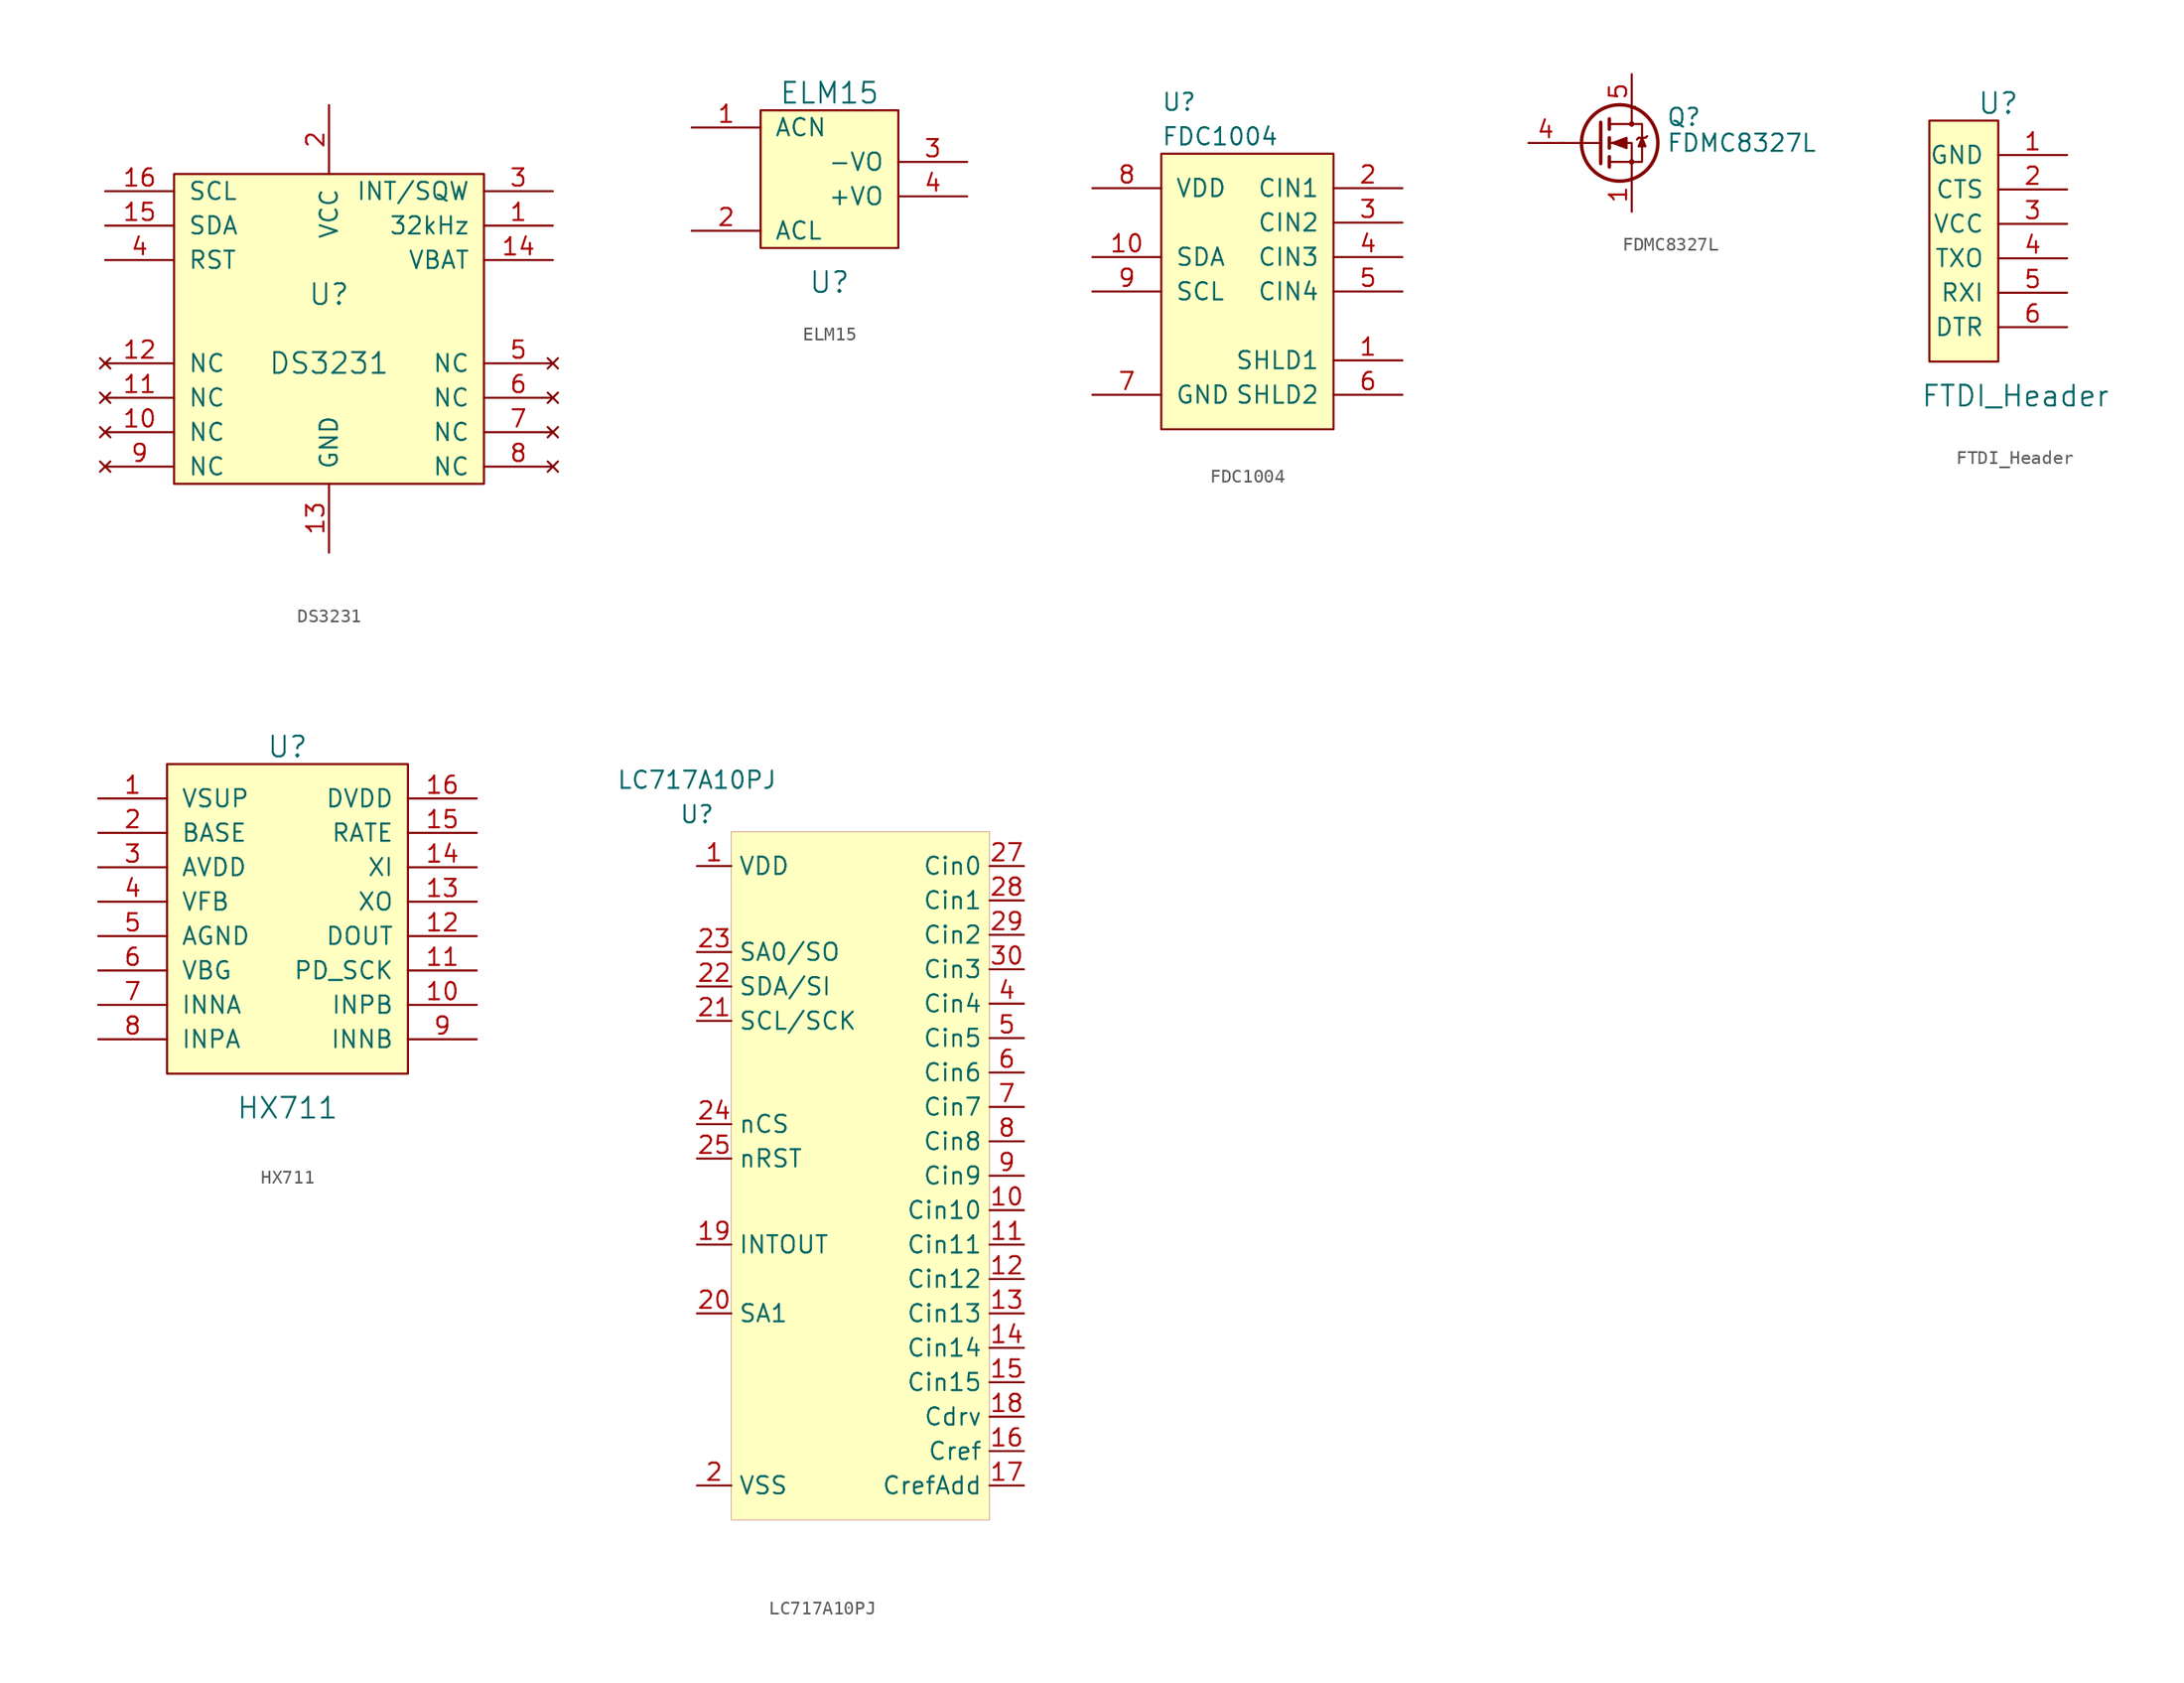
<source format=kicad_sym>
(kicad_symbol_lib
  (version 20201005)
  (generator kicad_symbol_editor)
  (symbol "goyman:DS3231"
    (pin_names
      (offset 1.016))
    (property "Reference" "U"
      (at 0 2.54 0)
      (effects (font (size 1.524 1.524))))
    (property "Value" "DS3231"
      (at 0 -2.54 0)
      (effects (font (size 1.524 1.524))))
    (symbol "DS3231_0_1"
      (rectangle (start -11.43 11.43) (end 11.43 -11.43) (stroke (width 0)) (fill (type background))))
    (symbol "DS3231_1_1"
      (pin input line (at 16.51 7.62 180) (length 5.08) (name "32kHz" (effects (font (size 1.27 1.27)))) (number "1" (effects (font (size 1.27 1.27)))))
      (pin unconnected line (at -16.51 -7.62 0) (length 5.08) (name "NC" (effects (font (size 1.27 1.27)))) (number "10" (effects (font (size 1.27 1.27)))))
      (pin unconnected line (at -16.51 -5.08 0) (length 5.08) (name "NC" (effects (font (size 1.27 1.27)))) (number "11" (effects (font (size 1.27 1.27)))))
      (pin unconnected line (at -16.51 -2.54 0) (length 5.08) (name "NC" (effects (font (size 1.27 1.27)))) (number "12" (effects (font (size 1.27 1.27)))))
      (pin power_in line (at 0 -16.51 90) (length 5.08) (name "GND" (effects (font (size 1.27 1.27)))) (number "13" (effects (font (size 1.27 1.27)))))
      (pin power_in line (at 16.51 5.08 180) (length 5.08) (name "VBAT" (effects (font (size 1.27 1.27)))) (number "14" (effects (font (size 1.27 1.27)))))
      (pin bidirectional line (at -16.51 7.62 0) (length 5.08) (name "SDA" (effects (font (size 1.27 1.27)))) (number "15" (effects (font (size 1.27 1.27)))))
      (pin input line (at -16.51 10.16 0) (length 5.08) (name "SCL" (effects (font (size 1.27 1.27)))) (number "16" (effects (font (size 1.27 1.27)))))
      (pin power_in line (at 0 16.51 270) (length 5.08) (name "VCC" (effects (font (size 1.27 1.27)))) (number "2" (effects (font (size 1.27 1.27)))))
      (pin output line (at 16.51 10.16 180) (length 5.08) (name "INT/SQW" (effects (font (size 1.27 1.27)))) (number "3" (effects (font (size 1.27 1.27)))))
      (pin input line (at -16.51 5.08 0) (length 5.08) (name "RST" (effects (font (size 1.27 1.27)))) (number "4" (effects (font (size 1.27 1.27)))))
      (pin unconnected line (at 16.51 -2.54 180) (length 5.08) (name "NC" (effects (font (size 1.27 1.27)))) (number "5" (effects (font (size 1.27 1.27)))))
      (pin unconnected line (at 16.51 -5.08 180) (length 5.08) (name "NC" (effects (font (size 1.27 1.27)))) (number "6" (effects (font (size 1.27 1.27)))))
      (pin unconnected line (at 16.51 -7.62 180) (length 5.08) (name "NC" (effects (font (size 1.27 1.27)))) (number "7" (effects (font (size 1.27 1.27)))))
      (pin unconnected line (at 16.51 -10.16 180) (length 5.08) (name "NC" (effects (font (size 1.27 1.27)))) (number "8" (effects (font (size 1.27 1.27)))))
      (pin unconnected line (at -16.51 -10.16 0) (length 5.08) (name "NC" (effects (font (size 1.27 1.27)))) (number "9" (effects (font (size 1.27 1.27)))))))
  (symbol "goyman:ELM15"
    (pin_names
      (offset 1.016))
    (property "Reference" "U"
      (at 0 -7.62 0)
      (effects (font (size 1.524 1.524))))
    (property "Value" "ELM15"
      (at 0 6.35 0)
      (effects (font (size 1.524 1.524))))
    (symbol "ELM15_0_1"
      (rectangle (start -5.08 5.08) (end 5.08 -5.08) (stroke (width 0)) (fill (type background))))
    (symbol "ELM15_1_1"
      (pin input line (at -10.16 3.81 0) (length 5.08) (name "ACN" (effects (font (size 1.27 1.27)))) (number "1" (effects (font (size 1.27 1.27)))))
      (pin input line (at -10.16 -3.81 0) (length 5.08) (name "ACL" (effects (font (size 1.27 1.27)))) (number "2" (effects (font (size 1.27 1.27)))))
      (pin input line (at 10.16 1.27 180) (length 5.08) (name "-VO" (effects (font (size 1.27 1.27)))) (number "3" (effects (font (size 1.27 1.27)))))
      (pin input line (at 10.16 -1.27 180) (length 5.08) (name "+VO" (effects (font (size 1.27 1.27)))) (number "4" (effects (font (size 1.27 1.27)))))))
  (symbol "goyman:FDC1004"
    (pin_names
      (offset 1.016))
    (property "Reference" "U"
      (at 0 3.81 0)
      (effects (font (size 1.27 1.27)) (justify left)))
    (property "Value" "FDC1004"
      (at 0 1.27 0)
      (effects (font (size 1.27 1.27)) (justify left)))
    (symbol "FDC1004_0_1"
      (rectangle (start 0 0) (end 12.7 -20.32) (stroke (width 0)) (fill (type background))))
    (symbol "FDC1004_1_1"
      (pin passive line (at 17.78 -15.24 180) (length 5.08) (name "SHLD1" (effects (font (size 1.27 1.27)))) (number "1" (effects (font (size 1.27 1.27)))))
      (pin passive line (at -5.08 -7.62 0) (length 5.08) (name "SDA" (effects (font (size 1.27 1.27)))) (number "10" (effects (font (size 1.27 1.27)))))
      (pin passive line (at 17.78 -2.54 180) (length 5.08) (name "CIN1" (effects (font (size 1.27 1.27)))) (number "2" (effects (font (size 1.27 1.27)))))
      (pin passive line (at 17.78 -5.08 180) (length 5.08) (name "CIN2" (effects (font (size 1.27 1.27)))) (number "3" (effects (font (size 1.27 1.27)))))
      (pin passive line (at 17.78 -7.62 180) (length 5.08) (name "CIN3" (effects (font (size 1.27 1.27)))) (number "4" (effects (font (size 1.27 1.27)))))
      (pin passive line (at 17.78 -10.16 180) (length 5.08) (name "CIN4" (effects (font (size 1.27 1.27)))) (number "5" (effects (font (size 1.27 1.27)))))
      (pin passive line (at 17.78 -17.78 180) (length 5.08) (name "SHLD2" (effects (font (size 1.27 1.27)))) (number "6" (effects (font (size 1.27 1.27)))))
      (pin passive line (at -5.08 -17.78 0) (length 5.08) (name "GND" (effects (font (size 1.27 1.27)))) (number "7" (effects (font (size 1.27 1.27)))))
      (pin passive line (at -5.08 -2.54 0) (length 5.08) (name "VDD" (effects (font (size 1.27 1.27)))) (number "8" (effects (font (size 1.27 1.27)))))
      (pin passive line (at -5.08 -10.16 0) (length 5.08) (name "SCL" (effects (font (size 1.27 1.27)))) (number "9" (effects (font (size 1.27 1.27)))))))
  (symbol "goyman:FDMC8327L"
    (pin_names
      (offset 0) hide)
    (property "Reference" "Q"
      (at 5.08 1.905 0)
      (effects (font (size 1.27 1.27)) (justify left)))
    (property "Value" "FDMC8327L"
      (at 5.08 0 0)
      (effects (font (size 1.27 1.27)) (justify left)))
    (symbol "FDMC8327L_0_1"
      (circle (center 1.651 0) (radius 2.819) (stroke (width 0.254)) (fill (type none)))
      (circle (center 2.54 -1.397) (radius 0.127) (stroke (width 0)) (fill (type none)))
      (circle (center 2.54 1.397) (radius 0.127) (stroke (width 0)) (fill (type none)))
      (polyline (pts (xy 0.254 0) (xy -2.54 0)) (stroke (width 0)) (fill (type none)))
      (polyline (pts (xy 0.889 -1.016) (xy 0.889 -1.778)) (stroke (width 0.254)) (fill (type none)))
      (polyline (pts (xy 0.889 0.381) (xy 0.889 -0.381)) (stroke (width 0.254)) (fill (type none)))
      (polyline (pts (xy 0.889 1.778) (xy 0.889 1.016)) (stroke (width 0.254)) (fill (type none)))
      (polyline (pts (xy 3.048 0.381) (xy 2.921 0.254)) (stroke (width 0)) (fill (type none)))
      (polyline (pts (xy 3.048 0.381) (xy 3.556 0.381)) (stroke (width 0)) (fill (type none)))
      (polyline (pts (xy 3.556 0.381) (xy 3.683 0.508)) (stroke (width 0)) (fill (type none)))
      (polyline (pts (xy 0.254 1.524) (xy 0.254 -1.524) (xy 0.254 -1.524)) (stroke (width 0.254)) (fill (type none)))
      (polyline (pts (xy 0.889 -1.397) (xy 2.54 -1.397) (xy 2.54 -2.667) (xy 2.54 -2.667)) (stroke (width 0)) (fill (type none)))
      (polyline (pts (xy 1.016 1.397) (xy 2.54 1.397) (xy 2.54 2.667) (xy 2.794 2.667)) (stroke (width 0)) (fill (type none)))
      (polyline (pts (xy 2.794 1.397) (xy 3.302 1.397) (xy 3.302 -1.397) (xy 2.54 -1.397)) (stroke (width 0)) (fill (type none)))
      (polyline (pts (xy 0.889 0) (xy 1.27 0) (xy 2.54 0) (xy 2.54 -1.27) (xy 2.54 -1.27)) (stroke (width 0)) (fill (type none)))
      (polyline (pts (xy 3.302 0.381) (xy 3.048 -0.254) (xy 3.556 -0.254) (xy 3.302 0.381)) (stroke (width 0)) (fill (type outline)))
      (polyline (pts (xy 1.143 0) (xy 2.159 0.381) (xy 2.159 -0.381) (xy 1.143 0) (xy 1.27 0) (xy 1.27 0)) (stroke (width 0)) (fill (type outline))))
    (symbol "FDMC8327L_1_1"
      (pin passive line (at 2.54 -5.08 90) (length 2.54) (name "~" (effects (font (size 1.27 1.27)))) (number "1" (effects (font (size 1.27 1.27)))))
      (pin passive line (at 2.54 -5.08 90) (length 2.54) hide (name "~" (effects (font (size 1.27 1.27)))) (number "2" (effects (font (size 1.27 1.27)))))
      (pin passive line (at 2.54 -5.08 90) (length 2.54) hide (name "~" (effects (font (size 1.27 1.27)))) (number "3" (effects (font (size 1.27 1.27)))))
      (pin passive line (at -5.08 0 0) (length 2.54) (name "~" (effects (font (size 1.27 1.27)))) (number "4" (effects (font (size 1.27 1.27)))))
      (pin passive line (at 2.54 5.08 270) (length 2.54) (name "~" (effects (font (size 1.27 1.27)))) (number "5" (effects (font (size 1.27 1.27)))))
      (pin passive line (at 2.54 5.08 270) (length 2.54) hide (name "~" (effects (font (size 1.27 1.27)))) (number "6" (effects (font (size 1.27 1.27)))))
      (pin passive line (at 2.54 5.08 270) (length 2.54) hide (name "~" (effects (font (size 1.27 1.27)))) (number "7" (effects (font (size 1.27 1.27)))))
      (pin passive line (at 2.54 5.08 270) (length 2.54) hide (name "~" (effects (font (size 1.27 1.27)))) (number "8" (effects (font (size 1.27 1.27)))))
      (pin passive line (at 2.54 5.08 270) (length 2.54) hide (name "~" (effects (font (size 1.27 1.27)))) (number "9" (effects (font (size 1.27 1.27)))))))
  (symbol "goyman:FTDI_Header"
    (pin_names
      (offset 1.016))
    (property "Reference" "U"
      (at 0 10.16 0)
      (effects (font (size 1.524 1.524))))
    (property "Value" "FTDI_Header"
      (at 1.27 -11.43 0)
      (effects (font (size 1.524 1.524))))
    (symbol "FTDI_Header_0_1"
      (rectangle (start 0 8.89) (end -5.08 -8.89) (stroke (width 0)) (fill (type background))))
    (symbol "FTDI_Header_1_1"
      (pin input line (at 5.08 6.35 180) (length 5.08) (name "GND" (effects (font (size 1.27 1.27)))) (number "1" (effects (font (size 1.27 1.27)))))
      (pin input line (at 5.08 3.81 180) (length 5.08) (name "CTS" (effects (font (size 1.27 1.27)))) (number "2" (effects (font (size 1.27 1.27)))))
      (pin input line (at 5.08 1.27 180) (length 5.08) (name "VCC" (effects (font (size 1.27 1.27)))) (number "3" (effects (font (size 1.27 1.27)))))
      (pin input line (at 5.08 -1.27 180) (length 5.08) (name "TXO" (effects (font (size 1.27 1.27)))) (number "4" (effects (font (size 1.27 1.27)))))
      (pin input line (at 5.08 -3.81 180) (length 5.08) (name "RXI" (effects (font (size 1.27 1.27)))) (number "5" (effects (font (size 1.27 1.27)))))
      (pin input line (at 5.08 -6.35 180) (length 5.08) (name "DTR" (effects (font (size 1.27 1.27)))) (number "6" (effects (font (size 1.27 1.27)))))))
  (symbol "goyman:HX711"
    (pin_names
      (offset 1.016))
    (property "Reference" "U"
      (at 0 11.43 0)
      (effects (font (size 1.524 1.524))))
    (property "Value" "HX711"
      (at 0 -15.24 0)
      (effects (font (size 1.524 1.524))))
    (symbol "HX711_0_1"
      (rectangle (start -8.89 10.16) (end 8.89 -12.7) (stroke (width 0)) (fill (type background))))
    (symbol "HX711_1_1"
      (pin input line (at -13.97 7.62 0) (length 5.08) (name "VSUP" (effects (font (size 1.27 1.27)))) (number "1" (effects (font (size 1.27 1.27)))))
      (pin input line (at 13.97 -7.62 180) (length 5.08) (name "INPB" (effects (font (size 1.27 1.27)))) (number "10" (effects (font (size 1.27 1.27)))))
      (pin input line (at 13.97 -5.08 180) (length 5.08) (name "PD_SCK" (effects (font (size 1.27 1.27)))) (number "11" (effects (font (size 1.27 1.27)))))
      (pin input line (at 13.97 -2.54 180) (length 5.08) (name "DOUT" (effects (font (size 1.27 1.27)))) (number "12" (effects (font (size 1.27 1.27)))))
      (pin input line (at 13.97 0 180) (length 5.08) (name "XO" (effects (font (size 1.27 1.27)))) (number "13" (effects (font (size 1.27 1.27)))))
      (pin input line (at 13.97 2.54 180) (length 5.08) (name "XI" (effects (font (size 1.27 1.27)))) (number "14" (effects (font (size 1.27 1.27)))))
      (pin input line (at 13.97 5.08 180) (length 5.08) (name "RATE" (effects (font (size 1.27 1.27)))) (number "15" (effects (font (size 1.27 1.27)))))
      (pin input line (at 13.97 7.62 180) (length 5.08) (name "DVDD" (effects (font (size 1.27 1.27)))) (number "16" (effects (font (size 1.27 1.27)))))
      (pin input line (at -13.97 5.08 0) (length 5.08) (name "BASE" (effects (font (size 1.27 1.27)))) (number "2" (effects (font (size 1.27 1.27)))))
      (pin input line (at -13.97 2.54 0) (length 5.08) (name "AVDD" (effects (font (size 1.27 1.27)))) (number "3" (effects (font (size 1.27 1.27)))))
      (pin input line (at -13.97 0 0) (length 5.08) (name "VFB" (effects (font (size 1.27 1.27)))) (number "4" (effects (font (size 1.27 1.27)))))
      (pin input line (at -13.97 -2.54 0) (length 5.08) (name "AGND" (effects (font (size 1.27 1.27)))) (number "5" (effects (font (size 1.27 1.27)))))
      (pin input line (at -13.97 -5.08 0) (length 5.08) (name "VBG" (effects (font (size 1.27 1.27)))) (number "6" (effects (font (size 1.27 1.27)))))
      (pin input line (at -13.97 -7.62 0) (length 5.08) (name "INNA" (effects (font (size 1.27 1.27)))) (number "7" (effects (font (size 1.27 1.27)))))
      (pin input line (at -13.97 -10.16 0) (length 5.08) (name "INPA" (effects (font (size 1.27 1.27)))) (number "8" (effects (font (size 1.27 1.27)))))
      (pin input line (at 13.97 -10.16 180) (length 5.08) (name "INNB" (effects (font (size 1.27 1.27)))) (number "9" (effects (font (size 1.27 1.27)))))))
  (symbol "goyman:LC717A10PJ"
    (property "Reference" "U"
      (at 0 1.27 0)
      (effects (font (size 1.27 1.27))))
    (property "Value" "LC717A10PJ"
      (at 0 3.81 0)
      (effects (font (size 1.27 1.27))))
    (symbol "LC717A10PJ_0_1"
      (rectangle (start 2.54 0) (end 21.59 -50.8) (stroke (width 0.001)) (fill (type background))))
    (symbol "LC717A10PJ_1_1"
      (pin bidirectional line (at 0 -2.54 0) (length 2.54) (name "VDD" (effects (font (size 1.27 1.27)))) (number "1" (effects (font (size 1.27 1.27)))))
      (pin bidirectional line (at 0 -48.26 0) (length 2.54) (name "VSS" (effects (font (size 1.27 1.27)))) (number "2" (effects (font (size 1.27 1.27)))))
      (pin bidirectional line (at 0 -48.26 0) (length 2.54) hide (name "NC" (effects (font (size 1.27 1.27)))) (number "3" (effects (font (size 1.27 1.27)))))
      (pin bidirectional line (at 24.13 -12.7 180) (length 2.54) (name "Cin4" (effects (font (size 1.27 1.27)))) (number "4" (effects (font (size 1.27 1.27)))))
      (pin bidirectional line (at 24.13 -15.24 180) (length 2.54) (name "Cin5" (effects (font (size 1.27 1.27)))) (number "5" (effects (font (size 1.27 1.27)))))
      (pin bidirectional line (at 24.13 -17.78 180) (length 2.54) (name "Cin6" (effects (font (size 1.27 1.27)))) (number "6" (effects (font (size 1.27 1.27)))))
      (pin bidirectional line (at 24.13 -20.32 180) (length 2.54) (name "Cin7" (effects (font (size 1.27 1.27)))) (number "7" (effects (font (size 1.27 1.27)))))
      (pin bidirectional line (at 24.13 -22.86 180) (length 2.54) (name "Cin8" (effects (font (size 1.27 1.27)))) (number "8" (effects (font (size 1.27 1.27)))))
      (pin bidirectional line (at 24.13 -25.4 180) (length 2.54) (name "Cin9" (effects (font (size 1.27 1.27)))) (number "9" (effects (font (size 1.27 1.27)))))
      (pin bidirectional line (at 24.13 -27.94 180) (length 2.54) (name "Cin10" (effects (font (size 1.27 1.27)))) (number "10" (effects (font (size 1.27 1.27)))))
      (pin bidirectional line (at 24.13 -30.48 180) (length 2.54) (name "Cin11" (effects (font (size 1.27 1.27)))) (number "11" (effects (font (size 1.27 1.27)))))
      (pin bidirectional line (at 24.13 -33.02 180) (length 2.54) (name "Cin12" (effects (font (size 1.27 1.27)))) (number "12" (effects (font (size 1.27 1.27)))))
      (pin bidirectional line (at 24.13 -35.56 180) (length 2.54) (name "Cin13" (effects (font (size 1.27 1.27)))) (number "13" (effects (font (size 1.27 1.27)))))
      (pin bidirectional line (at 24.13 -38.1 180) (length 2.54) (name "Cin14" (effects (font (size 1.27 1.27)))) (number "14" (effects (font (size 1.27 1.27)))))
      (pin bidirectional line (at 24.13 -40.64 180) (length 2.54) (name "Cin15" (effects (font (size 1.27 1.27)))) (number "15" (effects (font (size 1.27 1.27)))))
      (pin bidirectional line (at 24.13 -45.72 180) (length 2.54) (name "Cref" (effects (font (size 1.27 1.27)))) (number "16" (effects (font (size 1.27 1.27)))))
      (pin bidirectional line (at 24.13 -48.26 180) (length 2.54) (name "CrefAdd" (effects (font (size 1.27 1.27)))) (number "17" (effects (font (size 1.27 1.27)))))
      (pin bidirectional line (at 24.13 -43.18 180) (length 2.54) (name "Cdrv" (effects (font (size 1.27 1.27)))) (number "18" (effects (font (size 1.27 1.27)))))
      (pin bidirectional line (at 0 -30.48 0) (length 2.54) (name "INTOUT" (effects (font (size 1.27 1.27)))) (number "19" (effects (font (size 1.27 1.27)))))
      (pin bidirectional line (at 0 -35.56 0) (length 2.54) (name "SA1" (effects (font (size 1.27 1.27)))) (number "20" (effects (font (size 1.27 1.27)))))
      (pin bidirectional line (at 0 -13.97 0) (length 2.54) (name "SCL/SCK" (effects (font (size 1.27 1.27)))) (number "21" (effects (font (size 1.27 1.27)))))
      (pin bidirectional line (at 0 -11.43 0) (length 2.54) (name "SDA/SI" (effects (font (size 1.27 1.27)))) (number "22" (effects (font (size 1.27 1.27)))))
      (pin bidirectional line (at 0 -8.89 0) (length 2.54) (name "SA0/SO" (effects (font (size 1.27 1.27)))) (number "23" (effects (font (size 1.27 1.27)))))
      (pin bidirectional line (at 0 -21.59 0) (length 2.54) (name "nCS" (effects (font (size 1.27 1.27)))) (number "24" (effects (font (size 1.27 1.27)))))
      (pin bidirectional line (at 0 -24.13 0) (length 2.54) (name "nRST" (effects (font (size 1.27 1.27)))) (number "25" (effects (font (size 1.27 1.27)))))
      (pin bidirectional line (at 0 -48.26 0) (length 2.54) hide (name "NC" (effects (font (size 1.27 1.27)))) (number "26" (effects (font (size 1.27 1.27)))))
      (pin bidirectional line (at 24.13 -2.54 180) (length 2.54) (name "Cin0" (effects (font (size 1.27 1.27)))) (number "27" (effects (font (size 1.27 1.27)))))
      (pin bidirectional line (at 24.13 -5.08 180) (length 2.54) (name "Cin1" (effects (font (size 1.27 1.27)))) (number "28" (effects (font (size 1.27 1.27)))))
      (pin bidirectional line (at 24.13 -7.62 180) (length 2.54) (name "Cin2" (effects (font (size 1.27 1.27)))) (number "29" (effects (font (size 1.27 1.27)))))
      (pin bidirectional line (at 24.13 -10.16 180) (length 2.54) (name "Cin3" (effects (font (size 1.27 1.27)))) (number "30" (effects (font (size 1.27 1.27))))))))
</source>
